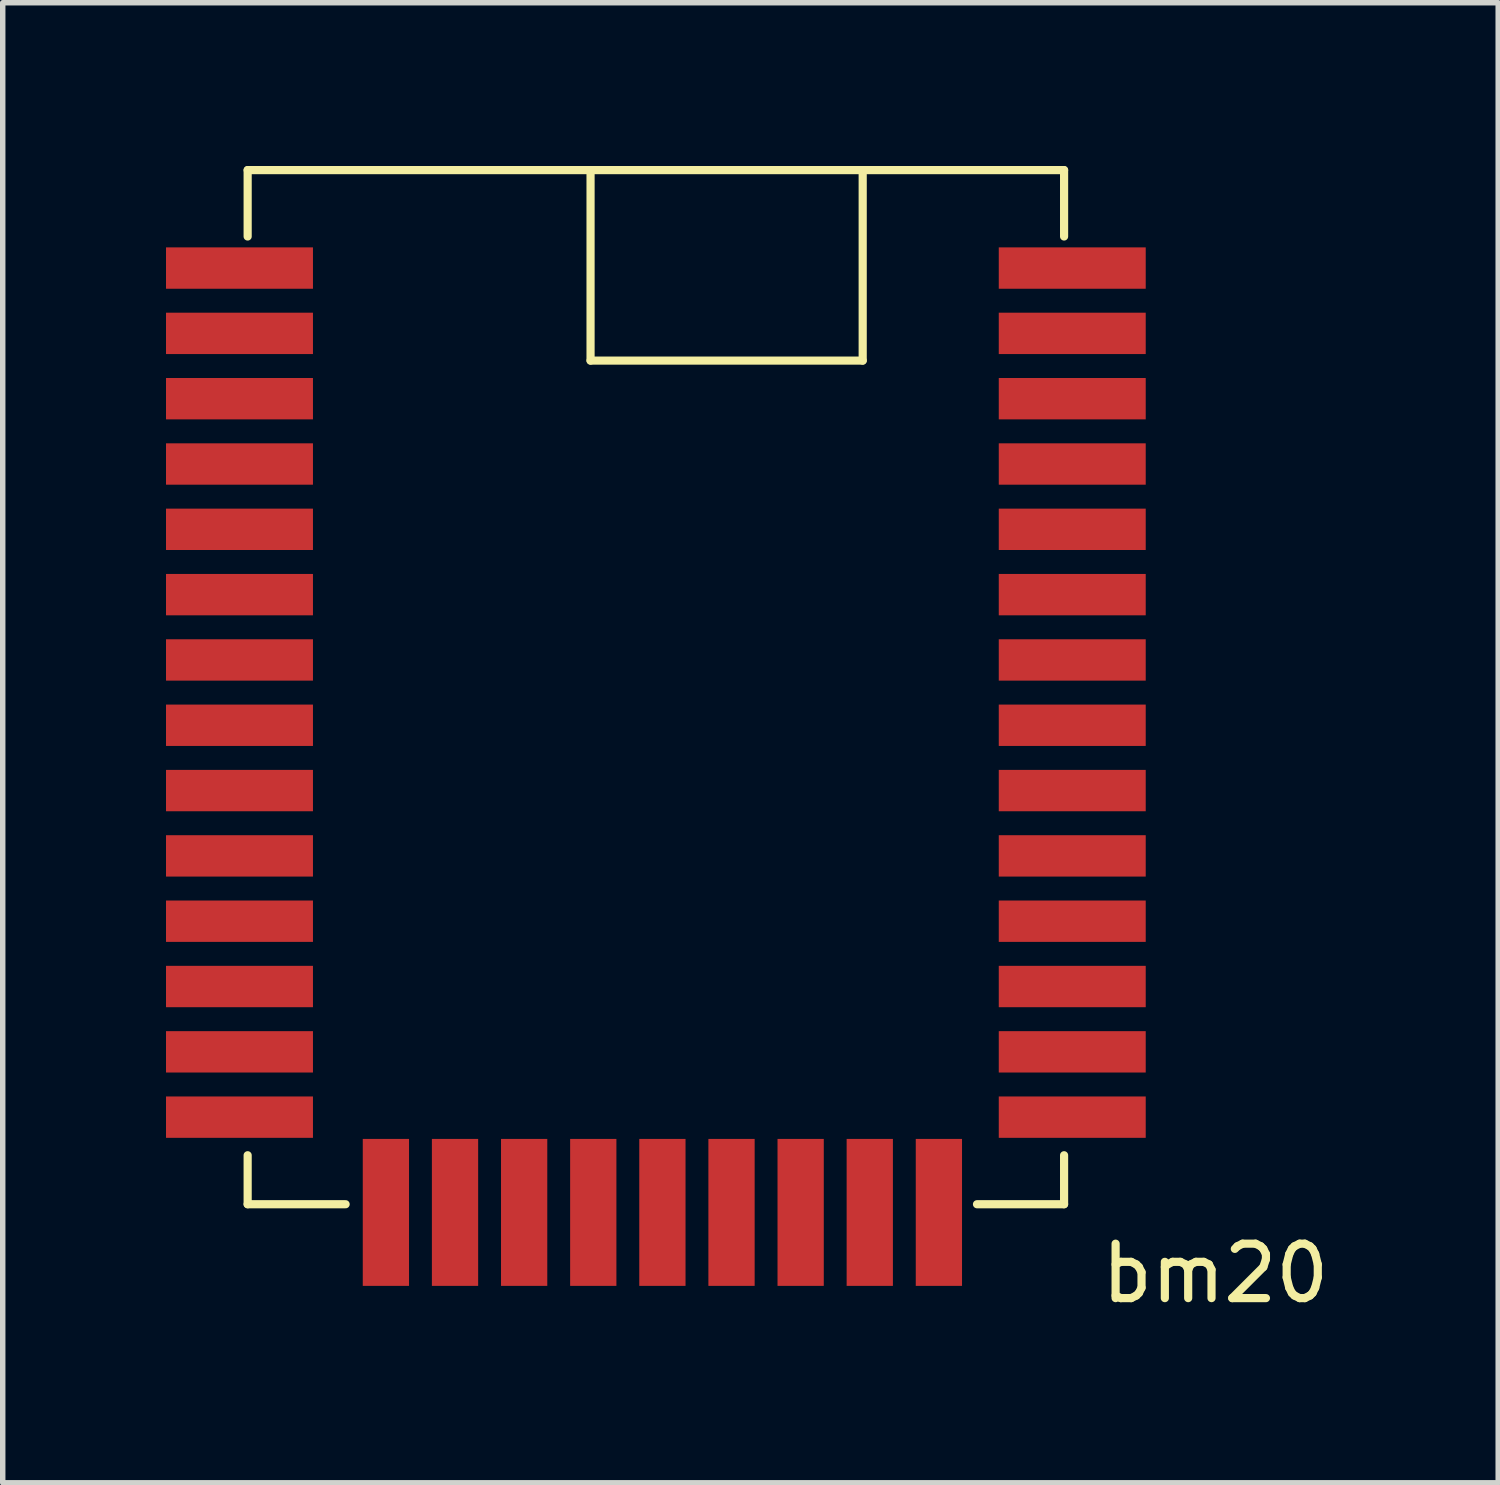
<source format=kicad_pcb>
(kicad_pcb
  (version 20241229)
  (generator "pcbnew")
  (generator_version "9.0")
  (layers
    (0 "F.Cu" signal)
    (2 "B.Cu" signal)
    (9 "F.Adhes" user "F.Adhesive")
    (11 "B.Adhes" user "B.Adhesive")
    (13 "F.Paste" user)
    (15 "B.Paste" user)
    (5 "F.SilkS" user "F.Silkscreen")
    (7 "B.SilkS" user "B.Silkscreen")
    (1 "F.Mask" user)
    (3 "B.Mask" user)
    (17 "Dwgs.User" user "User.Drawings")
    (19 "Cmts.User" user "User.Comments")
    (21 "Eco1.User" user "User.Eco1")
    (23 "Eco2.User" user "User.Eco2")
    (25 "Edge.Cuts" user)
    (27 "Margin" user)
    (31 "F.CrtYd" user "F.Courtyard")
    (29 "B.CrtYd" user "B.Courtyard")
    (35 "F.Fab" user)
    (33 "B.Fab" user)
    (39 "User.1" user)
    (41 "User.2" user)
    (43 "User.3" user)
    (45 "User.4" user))
  (footprint "bm20"
    (layer "F.Cu")
    (at 1.5 19.075)
    (property "Reference" "bm20" (at 17.78 1.27 0) (layer "F.SilkS") (effects (font (size 1 1) (thickness 0.15))))
    (attr through_hole)
    (fp_line (start 0 -19) (end 15 -19) (stroke (width 0.15) (type solid)) (layer "F.SilkS"))
    (fp_line (start 0 -17.78) (end 0 -19) (stroke (width 0.15) (type solid)) (layer "F.SilkS"))
    (fp_line (start 0 0) (end 0 -0.9) (stroke (width 0.15) (type solid)) (layer "F.SilkS"))
    (fp_line (start 0 0) (end 1.8 0) (stroke (width 0.15) (type solid)) (layer "F.SilkS"))
    (fp_line (start 6.3 -15.5) (end 6.3 -19) (stroke (width 0.15) (type solid)) (layer "F.SilkS"))
    (fp_line (start 6.3 -15.5) (end 11.3 -15.5) (stroke (width 0.15) (type solid)) (layer "F.SilkS"))
    (fp_line (start 11.3 -15.5) (end 11.3 -19) (stroke (width 0.15) (type solid)) (layer "F.SilkS"))
    (fp_line (start 13.4 0) (end 15 0) (stroke (width 0.15) (type solid)) (layer "F.SilkS"))
    (fp_line (start 15 -17.78) (end 15 -19) (stroke (width 0.15) (type solid)) (layer "F.SilkS"))
    (fp_line (start 15 0) (end 15 -0.9) (stroke (width 0.15) (type solid)) (layer "F.SilkS"))
    (pad "1" smd rect (at -0.15 -17.2) (size 2.7 0.76) (layers "F.Cu" "F.Mask" "F.Paste"))
    (pad "2" smd rect (at -0.15 -16) (size 2.7 0.76) (layers "F.Cu" "F.Mask" "F.Paste"))
    (pad "3" smd rect (at -0.15 -14.8) (size 2.7 0.76) (layers "F.Cu" "F.Mask" "F.Paste"))
    (pad "4" smd rect (at -0.15 -13.6) (size 2.7 0.76) (layers "F.Cu" "F.Mask" "F.Paste"))
    (pad "5" smd rect (at -0.15 -12.4) (size 2.7 0.76) (layers "F.Cu" "F.Mask" "F.Paste"))
    (pad "6" smd rect (at -0.15 -11.2) (size 2.7 0.76) (layers "F.Cu" "F.Mask" "F.Paste"))
    (pad "7" smd rect (at -0.15 -10) (size 2.7 0.76) (layers "F.Cu" "F.Mask" "F.Paste"))
    (pad "8" smd rect (at -0.15 -8.8) (size 2.7 0.76) (layers "F.Cu" "F.Mask" "F.Paste"))
    (pad "9" smd rect (at -0.15 -7.6) (size 2.7 0.76) (layers "F.Cu" "F.Mask" "F.Paste"))
    (pad "10" smd rect (at -0.15 -6.4) (size 2.7 0.76) (layers "F.Cu" "F.Mask" "F.Paste"))
    (pad "11" smd rect (at -0.15 -5.2) (size 2.7 0.76) (layers "F.Cu" "F.Mask" "F.Paste"))
    (pad "12" smd rect (at -0.15 -4) (size 2.7 0.76) (layers "F.Cu" "F.Mask" "F.Paste"))
    (pad "13" smd rect (at -0.15 -2.8) (size 2.7 0.76) (layers "F.Cu" "F.Mask" "F.Paste"))
    (pad "14" smd rect (at -0.15 -1.6) (size 2.7 0.76) (layers "F.Cu" "F.Mask" "F.Paste"))
    (pad "15" smd rect (at 2.54 0.15) (size 0.85 2.7) (layers "F.Cu" "F.Mask" "F.Paste"))
    (pad "16" smd rect (at 3.81 0.15) (size 0.85 2.7) (layers "F.Cu" "F.Mask" "F.Paste"))
    (pad "17" smd rect (at 5.08 0.15) (size 0.85 2.7) (layers "F.Cu" "F.Mask" "F.Paste"))
    (pad "18" smd rect (at 6.35 0.15) (size 0.85 2.7) (layers "F.Cu" "F.Mask" "F.Paste"))
    (pad "19" smd rect (at 7.62 0.15) (size 0.85 2.7) (layers "F.Cu" "F.Mask" "F.Paste"))
    (pad "20" smd rect (at 8.89 0.15) (size 0.85 2.7) (layers "F.Cu" "F.Mask" "F.Paste"))
    (pad "21" smd rect (at 10.16 0.15) (size 0.85 2.7) (layers "F.Cu" "F.Mask" "F.Paste"))
    (pad "22" smd rect (at 11.43 0.15) (size 0.85 2.7) (layers "F.Cu" "F.Mask" "F.Paste"))
    (pad "23" smd rect (at 12.7 0.15) (size 0.85 2.7) (layers "F.Cu" "F.Mask" "F.Paste"))
    (pad "24" smd rect (at 15.15 -1.6) (size 2.7 0.76) (layers "F.Cu" "F.Mask" "F.Paste"))
    (pad "25" smd rect (at 15.15 -2.8) (size 2.7 0.76) (layers "F.Cu" "F.Mask" "F.Paste"))
    (pad "26" smd rect (at 15.15 -4) (size 2.7 0.76) (layers "F.Cu" "F.Mask" "F.Paste"))
    (pad "27" smd rect (at 15.15 -5.2) (size 2.7 0.76) (layers "F.Cu" "F.Mask" "F.Paste"))
    (pad "28" smd rect (at 15.15 -6.4) (size 2.7 0.76) (layers "F.Cu" "F.Mask" "F.Paste"))
    (pad "29" smd rect (at 15.15 -7.6) (size 2.7 0.76) (layers "F.Cu" "F.Mask" "F.Paste"))
    (pad "30" smd rect (at 15.15 -8.8) (size 2.7 0.76) (layers "F.Cu" "F.Mask" "F.Paste"))
    (pad "31" smd rect (at 15.15 -10) (size 2.7 0.76) (layers "F.Cu" "F.Mask" "F.Paste"))
    (pad "32" smd rect (at 15.15 -11.2) (size 2.7 0.76) (layers "F.Cu" "F.Mask" "F.Paste"))
    (pad "33" smd rect (at 15.15 -12.4) (size 2.7 0.76) (layers "F.Cu" "F.Mask" "F.Paste"))
    (pad "34" smd rect (at 15.15 -13.6) (size 2.7 0.76) (layers "F.Cu" "F.Mask" "F.Paste"))
    (pad "35" smd rect (at 15.15 -14.8) (size 2.7 0.76) (layers "F.Cu" "F.Mask" "F.Paste"))
    (pad "36" smd rect (at 15.15 -16) (size 2.7 0.76) (layers "F.Cu" "F.Mask" "F.Paste"))
    (pad "37" smd rect (at 15.15 -17.2) (size 2.7 0.76) (layers "F.Cu" "F.Mask" "F.Paste")))
  (gr_rect
    (start -3 -3)
    (end 24.476 24.193)
    (stroke (width 0.1) (type default))
    (fill no)
    (layer "Edge.Cuts")))
</source>
